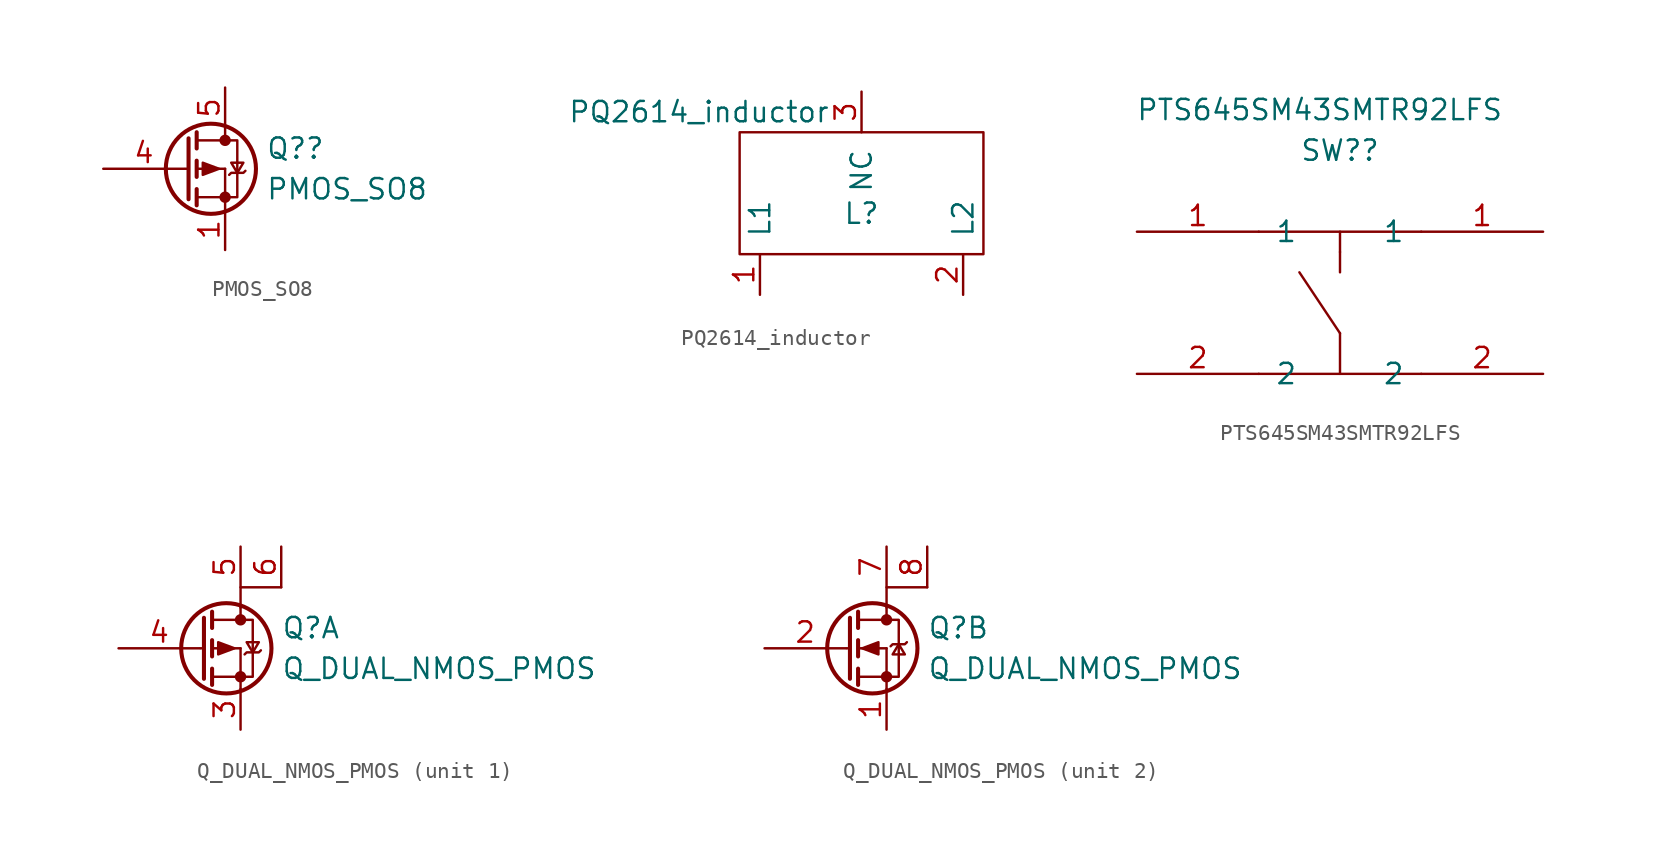
<source format=kicad_sym>
(kicad_symbol_lib
  (version 20211014)
  (generator kicad_symbol_editor)
  (symbol "PMOS_SO8"
    (property "Reference" "Q?"
      (at 2.54 1.27 0)
      (effects (font (size 1.27 1.27)) (justify left)))
    (property "Value" "PMOS_SO8"
      (at 2.54 -1.27 0)
      (effects (font (size 1.27 1.27)) (justify left)))
    (symbol "PMOS_SO8_0_1"
      (circle (center -0.889 0) (radius 2.819) (stroke (width 0.254) (type default) (color 0 0 0 0)) (fill (type none)))
      (circle (center 0 -1.778) (radius 0.279) (stroke (width 0) (type default) (color 0 0 0 0)) (fill (type outline)))
      (polyline (pts (xy -2.489 0) (xy -2.286 0)) (stroke (width 0) (type default) (color 0 0 0 0)) (fill (type none)))
      (polyline (pts (xy -1.778 -1.778) (xy 0 -1.778)) (stroke (width 0) (type default) (color 0 0 0 0)) (fill (type none)))
      (polyline (pts (xy -1.778 -1.27) (xy -1.778 -2.286)) (stroke (width 0.254) (type default) (color 0 0 0 0)) (fill (type none)))
      (polyline (pts (xy -1.778 0.508) (xy -1.778 -0.508)) (stroke (width 0.254) (type default) (color 0 0 0 0)) (fill (type none)))
      (polyline (pts (xy -1.778 1.778) (xy 0 1.778)) (stroke (width 0) (type default) (color 0 0 0 0)) (fill (type none)))
      (polyline (pts (xy -1.778 2.286) (xy -1.778 1.27)) (stroke (width 0.254) (type default) (color 0 0 0 0)) (fill (type none)))
      (polyline (pts (xy 0 -1.778) (xy 0 -2.54)) (stroke (width 0) (type default) (color 0 0 0 0)) (fill (type none)))
      (polyline (pts (xy 0 -1.778) (xy 0 0)) (stroke (width 0) (type default) (color 0 0 0 0)) (fill (type none)))
      (polyline (pts (xy 0 2.54) (xy 0 1.778)) (stroke (width 0) (type default) (color 0 0 0 0)) (fill (type none)))
      (polyline (pts (xy -2.286 1.905) (xy -2.286 -1.905) (xy -2.286 -1.905)) (stroke (width 0.254) (type default) (color 0 0 0 0)) (fill (type none)))
      (polyline (pts (xy 0 -1.778) (xy 0.762 -1.778) (xy 0.762 1.778) (xy 0 1.778)) (stroke (width 0) (type default) (color 0 0 0 0)) (fill (type none)))
      (circle (center 0 1.778) (radius 0.279) (stroke (width 0) (type default) (color 0 0 0 0)) (fill (type outline))))
    (symbol "PMOS_SO8_1_1"
      (polyline (pts (xy -1.778 0) (xy 0 0)) (stroke (width 0) (type default) (color 0 0 0 0)) (fill (type none)))
      (polyline (pts (xy -1.397 0.381) (xy -1.397 -0.381) (xy -0.381 0) (xy -1.397 0.381)) (stroke (width 0) (type default) (color 0 0 0 0)) (fill (type outline)))
      (polyline (pts (xy 0.254 -0.381) (xy 0.381 -0.254) (xy 1.143 -0.254) (xy 1.27 -0.127)) (stroke (width 0) (type default) (color 0 0 0 0)) (fill (type none)))
      (polyline (pts (xy 0.381 0.381) (xy 0.762 -0.254) (xy 1.143 0.381) (xy 0.381 0.381)) (stroke (width 0) (type default) (color 0 0 0 0)) (fill (type none)))
      (pin passive line (at 0 -5.08 90) (length 2.54) (name "" (effects (font (size 1.27 1.27)))) (number "1" (effects (font (size 1.27 1.27)))))
      (pin passive line (at 0 -5.08 90) (length 2.54) hide (name "S" (effects (font (size 1.27 1.27)))) (number "2" (effects (font (size 1.27 1.27)))))
      (pin passive line (at 0 -5.08 90) (length 2.54) hide (name "S" (effects (font (size 1.27 1.27)))) (number "3" (effects (font (size 1.27 1.27)))))
      (pin input line (at -7.62 0 0) (length 5.08) (name "" (effects (font (size 1.27 1.27)))) (number "4" (effects (font (size 1.27 1.27)))))
      (pin passive line (at 0 5.08 270) (length 2.54) (name "" (effects (font (size 1.27 1.27)))) (number "5" (effects (font (size 1.27 1.27)))))
      (pin passive line (at 0 5.08 270) (length 2.54) hide (name "D" (effects (font (size 1.27 1.27)))) (number "6" (effects (font (size 1.27 1.27)))))
      (pin passive line (at 0 5.08 270) (length 2.54) hide (name "D" (effects (font (size 1.27 1.27)))) (number "7" (effects (font (size 1.27 1.27)))))
      (pin passive line (at 0 5.08 270) (length 2.54) hide (name "D" (effects (font (size 1.27 1.27)))) (number "8" (effects (font (size 1.27 1.27)))))))
  (symbol "PQ2614_inductor"
    (pin_names
      (offset 1.016))
    (property "Reference" "L"
      (at 0 0 0)
      (effects (font (size 1.27 1.27))))
    (property "Value" "PQ2614_inductor"
      (at -10.16 6.35 0)
      (effects (font (size 1.27 1.27))))
    (symbol "PQ2614_inductor_0_1"
      (rectangle (start -7.62 -2.54) (end 7.62 5.08) (stroke (width 0) (type default) (color 0 0 0 0)) (fill (type none))))
    (symbol "PQ2614_inductor_1_1"
      (pin input line (at -6.35 -5.08 90) (length 2.54) (name "L1" (effects (font (size 1.27 1.27)))) (number "1" (effects (font (size 1.27 1.27)))))
      (pin input line (at 6.35 -5.08 90) (length 2.54) (name "L2" (effects (font (size 1.27 1.27)))) (number "2" (effects (font (size 1.27 1.27)))))
      (pin input line (at 0 7.62 270) (length 2.54) (name "NC" (effects (font (size 1.27 1.27)))) (number "3" (effects (font (size 1.27 1.27)))))))
  (symbol "PTS645SM43SMTR92LFS"
    (pin_names
      (offset 1.016))
    (property "Reference" "SW?"
      (at 0 5.08 0)
      (effects (font (size 1.27 1.27))))
    (property "Value" "PTS645SM43SMTR92LFS"
      (at -1.27 7.62 0)
      (effects (font (size 1.27 1.27))))
    (symbol "PTS645SM43SMTR92LFS_0_1"
      (polyline (pts (xy -5.08 -8.89) (xy 5.08 -8.89)) (stroke (width 0) (type default) (color 0 0 0 0)) (fill (type none)))
      (polyline (pts (xy -5.08 0) (xy 5.08 0)) (stroke (width 0) (type default) (color 0 0 0 0)) (fill (type none)))
      (polyline (pts (xy 0 -8.89) (xy 0 -6.35)) (stroke (width 0) (type default) (color 0 0 0 0)) (fill (type none)))
      (polyline (pts (xy 0 -6.35) (xy -2.54 -2.54)) (stroke (width 0) (type default) (color 0 0 0 0)) (fill (type none)))
      (polyline (pts (xy 0 -1.27) (xy 0 -2.54)) (stroke (width 0) (type default) (color 0 0 0 0)) (fill (type none)))
      (polyline (pts (xy 0 0) (xy 0 -1.27)) (stroke (width 0) (type default) (color 0 0 0 0)) (fill (type none))))
    (symbol "PTS645SM43SMTR92LFS_1_1"
      (pin input line (at -12.7 0 0) (length 7.62) (name "1" (effects (font (size 1.27 1.27)))) (number "1" (effects (font (size 1.27 1.27)))))
      (pin input line (at 12.7 0 180) (length 7.62) (name "1" (effects (font (size 1.27 1.27)))) (number "1" (effects (font (size 1.27 1.27)))))
      (pin input line (at -12.7 -8.89 0) (length 7.62) (name "2" (effects (font (size 1.27 1.27)))) (number "2" (effects (font (size 1.27 1.27)))))
      (pin input line (at 12.7 -8.89 180) (length 7.62) (name "2" (effects (font (size 1.27 1.27)))) (number "2" (effects (font (size 1.27 1.27)))))))
  (symbol "Q_DUAL_NMOS_PMOS"
    (pin_names
      (offset 0) hide)
    (property "Reference" "Q"
      (at 5.08 1.27 0)
      (effects (font (size 1.27 1.27)) (justify left)))
    (property "Value" "Q_DUAL_NMOS_PMOS"
      (at 5.08 -1.27 0)
      (effects (font (size 1.27 1.27)) (justify left)))
    (property "ki_locked" ""
      (at 0 0 0)
      (effects (font (size 1.27 1.27))))
    (symbol "Q_DUAL_NMOS_PMOS_0_1"
      (polyline (pts (xy 0.051 0) (xy 0.254 0)) (stroke (width 0) (type default) (color 0 0 0 0)) (fill (type none)))
      (polyline (pts (xy 0.762 -1.778) (xy 2.54 -1.778)) (stroke (width 0) (type default) (color 0 0 0 0)) (fill (type none)))
      (polyline (pts (xy 0.762 -1.27) (xy 0.762 -2.286)) (stroke (width 0.254) (type default) (color 0 0 0 0)) (fill (type none)))
      (polyline (pts (xy 0.762 0.508) (xy 0.762 -0.508)) (stroke (width 0.254) (type default) (color 0 0 0 0)) (fill (type none)))
      (polyline (pts (xy 0.762 1.778) (xy 2.54 1.778)) (stroke (width 0) (type default) (color 0 0 0 0)) (fill (type none)))
      (polyline (pts (xy 0.762 2.286) (xy 0.762 1.27)) (stroke (width 0.254) (type default) (color 0 0 0 0)) (fill (type none)))
      (polyline (pts (xy 2.54 -1.778) (xy 2.54 -2.54)) (stroke (width 0) (type default) (color 0 0 0 0)) (fill (type none)))
      (polyline (pts (xy 2.54 -1.778) (xy 2.54 0)) (stroke (width 0) (type default) (color 0 0 0 0)) (fill (type none)))
      (polyline (pts (xy 2.54 2.54) (xy 2.54 1.778)) (stroke (width 0) (type default) (color 0 0 0 0)) (fill (type none)))
      (polyline (pts (xy 0.254 1.905) (xy 0.254 -1.905) (xy 0.254 -1.905)) (stroke (width 0.254) (type default) (color 0 0 0 0)) (fill (type none)))
      (polyline (pts (xy 2.54 -1.778) (xy 3.302 -1.778) (xy 3.302 1.778) (xy 2.54 1.778)) (stroke (width 0) (type default) (color 0 0 0 0)) (fill (type none)))
      (circle (center 1.651 0) (radius 2.819) (stroke (width 0.254) (type default) (color 0 0 0 0)) (fill (type none)))
      (circle (center 2.54 -1.778) (radius 0.279) (stroke (width 0) (type default) (color 0 0 0 0)) (fill (type outline)))
      (circle (center 2.54 1.778) (radius 0.279) (stroke (width 0) (type default) (color 0 0 0 0)) (fill (type outline))))
    (symbol "Q_DUAL_NMOS_PMOS_1_1"
      (polyline (pts (xy 0.762 0) (xy 2.54 0)) (stroke (width 0) (type default) (color 0 0 0 0)) (fill (type none)))
      (polyline (pts (xy 5.08 3.81) (xy 2.54 3.81) (xy 2.54 2.54)) (stroke (width 0) (type default) (color 0 0 0 0)) (fill (type none)))
      (polyline (pts (xy 1.143 0.381) (xy 1.143 -0.381) (xy 2.159 0) (xy 1.143 0.381)) (stroke (width 0) (type default) (color 0 0 0 0)) (fill (type outline)))
      (polyline (pts (xy 2.794 -0.381) (xy 2.921 -0.254) (xy 3.683 -0.254) (xy 3.81 -0.127)) (stroke (width 0) (type default) (color 0 0 0 0)) (fill (type none)))
      (polyline (pts (xy 2.921 0.381) (xy 3.302 -0.254) (xy 3.683 0.381) (xy 2.921 0.381)) (stroke (width 0) (type default) (color 0 0 0 0)) (fill (type none)))
      (pin passive line (at 2.54 -5.08 90) (length 2.54) (name "S2" (effects (font (size 1.27 1.27)))) (number "3" (effects (font (size 1.27 1.27)))))
      (pin input line (at -5.08 0 0) (length 5.08) (name "G2" (effects (font (size 1.27 1.27)))) (number "4" (effects (font (size 1.27 1.27)))))
      (pin passive line (at 2.54 6.35 270) (length 2.54) (name "D2" (effects (font (size 1.27 1.27)))) (number "5" (effects (font (size 1.27 1.27)))))
      (pin passive line (at 5.08 6.35 270) (length 2.54) (name "D2" (effects (font (size 1.27 1.27)))) (number "6" (effects (font (size 1.27 1.27))))))
    (symbol "Q_DUAL_NMOS_PMOS_2_1"
      (polyline (pts (xy 0.762 0) (xy 2.54 0)) (stroke (width 0) (type default) (color 0 0 0 0)) (fill (type none)))
      (polyline (pts (xy 5.08 3.81) (xy 2.54 3.81) (xy 2.54 2.54)) (stroke (width 0) (type default) (color 0 0 0 0)) (fill (type none)))
      (polyline (pts (xy 1.016 0) (xy 2.032 0.381) (xy 2.032 -0.381) (xy 1.016 0)) (stroke (width 0) (type default) (color 0 0 0 0)) (fill (type outline)))
      (polyline (pts (xy 2.794 0.127) (xy 2.921 0.254) (xy 3.683 0.254) (xy 3.81 0.381)) (stroke (width 0) (type default) (color 0 0 0 0)) (fill (type none)))
      (polyline (pts (xy 2.921 -0.381) (xy 3.683 -0.381) (xy 3.302 0.254) (xy 2.921 -0.381)) (stroke (width 0) (type default) (color 0 0 0 0)) (fill (type none)))
      (pin passive line (at 2.54 -5.08 90) (length 2.54) (name "S1" (effects (font (size 1.27 1.27)))) (number "1" (effects (font (size 1.27 1.27)))))
      (pin input line (at -5.08 0 0) (length 5.08) (name "G1" (effects (font (size 1.27 1.27)))) (number "2" (effects (font (size 1.27 1.27)))))
      (pin passive line (at 2.54 6.35 270) (length 2.54) (name "D1" (effects (font (size 1.27 1.27)))) (number "7" (effects (font (size 1.27 1.27)))))
      (pin passive line (at 5.08 6.35 270) (length 2.54) (name "D1" (effects (font (size 1.27 1.27)))) (number "8" (effects (font (size 1.27 1.27))))))))
</source>
